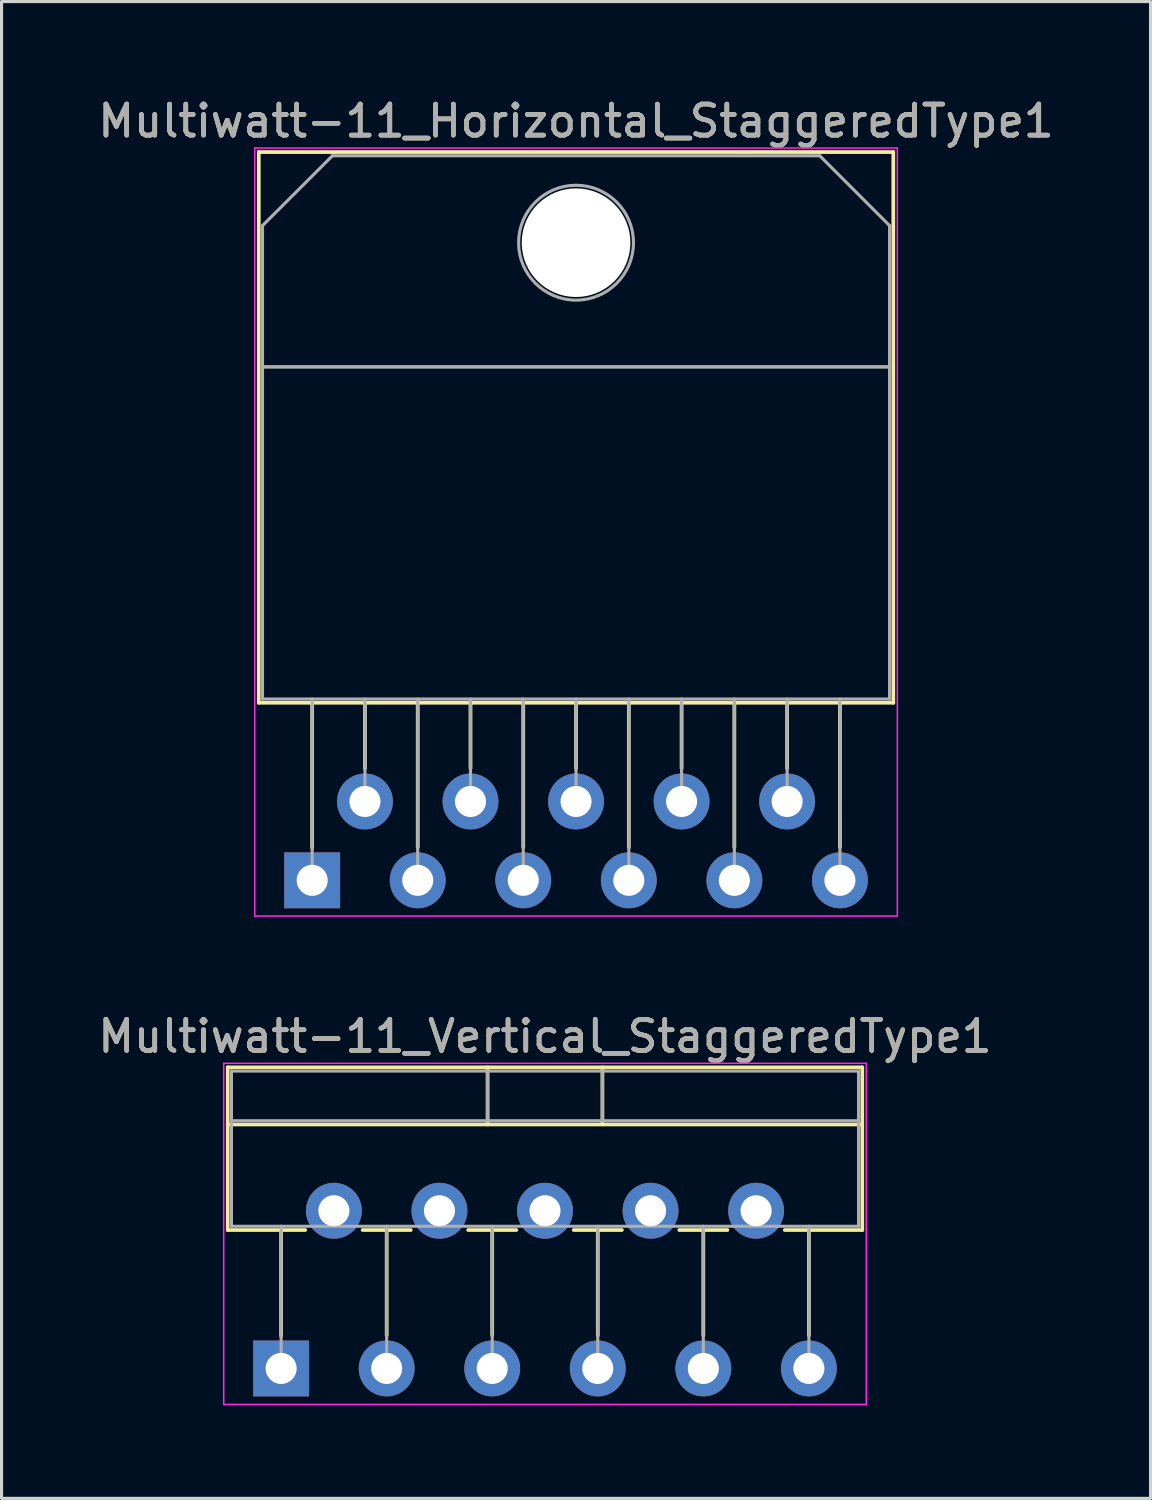
<source format=kicad_pcb>
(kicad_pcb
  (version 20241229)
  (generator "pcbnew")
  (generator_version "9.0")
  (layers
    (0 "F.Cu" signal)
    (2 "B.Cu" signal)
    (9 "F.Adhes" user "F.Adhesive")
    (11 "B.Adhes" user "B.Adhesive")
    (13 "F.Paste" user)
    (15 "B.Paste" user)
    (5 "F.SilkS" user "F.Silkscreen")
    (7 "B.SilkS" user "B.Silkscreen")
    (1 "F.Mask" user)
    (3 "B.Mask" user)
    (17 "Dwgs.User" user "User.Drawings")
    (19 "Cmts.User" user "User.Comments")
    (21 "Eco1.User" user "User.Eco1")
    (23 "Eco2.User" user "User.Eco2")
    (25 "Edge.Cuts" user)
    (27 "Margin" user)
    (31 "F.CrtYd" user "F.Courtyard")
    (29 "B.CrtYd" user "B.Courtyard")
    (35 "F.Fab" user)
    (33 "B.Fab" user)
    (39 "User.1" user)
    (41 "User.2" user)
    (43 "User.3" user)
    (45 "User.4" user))
  (footprint "Multiwatt-11_Horizontal_StaggeredType1"
    (layer "F.Cu")
    (at 7.006 25.308)
    (property "Reference" "Multiwatt-11_Horizontal_StaggeredType1" (at 8.5 -24.46 0) (layer "F.SilkS") (effects (font (size 1 1) (thickness 0.15))))
    (attr through_hole)
    (fp_line (start -1.72 -23.46) (end -1.72 -5.72) (stroke (width 0.12) (type solid)) (layer "F.SilkS"))
    (fp_line (start -1.72 -23.46) (end 18.72 -23.46) (stroke (width 0.12) (type solid)) (layer "F.SilkS"))
    (fp_line (start -1.72 -5.72) (end 18.72 -5.72) (stroke (width 0.12) (type solid)) (layer "F.SilkS"))
    (fp_line (start 0 -5.72) (end 0 -1.05) (stroke (width 0.12) (type solid)) (layer "F.SilkS"))
    (fp_line (start 1.7 -5.72) (end 1.7 -3.606) (stroke (width 0.12) (type solid)) (layer "F.SilkS"))
    (fp_line (start 3.4 -5.72) (end 3.4 -1.065) (stroke (width 0.12) (type solid)) (layer "F.SilkS"))
    (fp_line (start 5.1 -5.72) (end 5.1 -3.606) (stroke (width 0.12) (type solid)) (layer "F.SilkS"))
    (fp_line (start 6.8 -5.72) (end 6.8 -1.065) (stroke (width 0.12) (type solid)) (layer "F.SilkS"))
    (fp_line (start 8.5 -5.72) (end 8.5 -3.606) (stroke (width 0.12) (type solid)) (layer "F.SilkS"))
    (fp_line (start 10.2 -5.72) (end 10.2 -1.065) (stroke (width 0.12) (type solid)) (layer "F.SilkS"))
    (fp_line (start 11.9 -5.72) (end 11.9 -3.606) (stroke (width 0.12) (type solid)) (layer "F.SilkS"))
    (fp_line (start 13.6 -5.72) (end 13.6 -1.065) (stroke (width 0.12) (type solid)) (layer "F.SilkS"))
    (fp_line (start 15.3 -5.72) (end 15.3 -3.606) (stroke (width 0.12) (type solid)) (layer "F.SilkS"))
    (fp_line (start 17 -5.72) (end 17 -1.065) (stroke (width 0.12) (type solid)) (layer "F.SilkS"))
    (fp_line (start 18.72 -23.46) (end 18.72 -5.72) (stroke (width 0.12) (type solid)) (layer "F.SilkS"))
    (fp_line (start -1.85 -23.59) (end -1.85 1.15) (stroke (width 0.05) (type solid)) (layer "F.CrtYd"))
    (fp_line (start -1.85 1.15) (end 18.85 1.15) (stroke (width 0.05) (type solid)) (layer "F.CrtYd"))
    (fp_line (start 18.85 -23.59) (end -1.85 -23.59) (stroke (width 0.05) (type solid)) (layer "F.CrtYd"))
    (fp_line (start 18.85 1.15) (end 18.85 -23.59) (stroke (width 0.05) (type solid)) (layer "F.CrtYd"))
    (fp_line (start -1.6 -21.09) (end 0.651 -23.34) (stroke (width 0.1) (type solid)) (layer "F.Fab"))
    (fp_line (start -1.6 -16.54) (end -1.6 -21.09) (stroke (width 0.1) (type solid)) (layer "F.Fab"))
    (fp_line (start -1.6 -16.54) (end 18.6 -16.54) (stroke (width 0.1) (type solid)) (layer "F.Fab"))
    (fp_line (start -1.6 -5.84) (end -1.6 -16.54) (stroke (width 0.1) (type solid)) (layer "F.Fab"))
    (fp_line (start 0 -5.84) (end 0 0) (stroke (width 0.1) (type solid)) (layer "F.Fab"))
    (fp_line (start 0.651 -23.34) (end 16.351 -23.34) (stroke (width 0.1) (type solid)) (layer "F.Fab"))
    (fp_line (start 1.7 -5.84) (end 1.7 -2.54) (stroke (width 0.1) (type solid)) (layer "F.Fab"))
    (fp_line (start 3.4 -5.84) (end 3.4 0) (stroke (width 0.1) (type solid)) (layer "F.Fab"))
    (fp_line (start 5.1 -5.84) (end 5.1 -2.54) (stroke (width 0.1) (type solid)) (layer "F.Fab"))
    (fp_line (start 6.8 -5.84) (end 6.8 0) (stroke (width 0.1) (type solid)) (layer "F.Fab"))
    (fp_line (start 8.5 -5.84) (end 8.5 -2.54) (stroke (width 0.1) (type solid)) (layer "F.Fab"))
    (fp_line (start 10.2 -5.84) (end 10.2 0) (stroke (width 0.1) (type solid)) (layer "F.Fab"))
    (fp_line (start 11.9 -5.84) (end 11.9 -2.54) (stroke (width 0.1) (type solid)) (layer "F.Fab"))
    (fp_line (start 13.6 -5.84) (end 13.6 0) (stroke (width 0.1) (type solid)) (layer "F.Fab"))
    (fp_line (start 15.3 -5.84) (end 15.3 -2.54) (stroke (width 0.1) (type solid)) (layer "F.Fab"))
    (fp_line (start 16.351 -23.34) (end 18.6 -21.09) (stroke (width 0.1) (type solid)) (layer "F.Fab"))
    (fp_line (start 17 -5.84) (end 17 0) (stroke (width 0.1) (type solid)) (layer "F.Fab"))
    (fp_line (start 18.6 -21.09) (end 18.6 -16.54) (stroke (width 0.1) (type solid)) (layer "F.Fab"))
    (fp_line (start 18.6 -16.54) (end -1.6 -16.54) (stroke (width 0.1) (type solid)) (layer "F.Fab"))
    (fp_line (start 18.6 -16.54) (end 18.6 -5.84) (stroke (width 0.1) (type solid)) (layer "F.Fab"))
    (fp_line (start 18.6 -5.84) (end -1.6 -5.84) (stroke (width 0.1) (type solid)) (layer "F.Fab"))
    (fp_circle (center 8.5 -20.54) (end 10.35 -20.54) (stroke (width 0.1) (type solid)) (fill no) (layer "F.Fab"))
    (fp_text user "${REFERENCE}" (at 8.5 -24.46 0) (layer "F.Fab") (effects (font (size 1 1) (thickness 0.15))))
    (pad "" np_thru_hole oval (at 8.5 -20.54) (size 3.5 3.5) (drill 3.5) (layers "*.Cu" "*.Mask"))
    (pad "1" thru_hole rect (at 0 0) (size 1.8 1.8) (drill 1) (layers "*.Cu" "*.Mask"))
    (pad "2" thru_hole oval (at 1.7 -2.54) (size 1.8 1.8) (drill 1) (layers "*.Cu" "*.Mask"))
    (pad "3" thru_hole oval (at 3.4 0) (size 1.8 1.8) (drill 1) (layers "*.Cu" "*.Mask"))
    (pad "4" thru_hole oval (at 5.1 -2.54) (size 1.8 1.8) (drill 1) (layers "*.Cu" "*.Mask"))
    (pad "5" thru_hole oval (at 6.8 0) (size 1.8 1.8) (drill 1) (layers "*.Cu" "*.Mask"))
    (pad "6" thru_hole oval (at 8.5 -2.54) (size 1.8 1.8) (drill 1) (layers "*.Cu" "*.Mask"))
    (pad "7" thru_hole oval (at 10.2 0) (size 1.8 1.8) (drill 1) (layers "*.Cu" "*.Mask"))
    (pad "8" thru_hole oval (at 11.9 -2.54) (size 1.8 1.8) (drill 1) (layers "*.Cu" "*.Mask"))
    (pad "9" thru_hole oval (at 13.6 0) (size 1.8 1.8) (drill 1) (layers "*.Cu" "*.Mask"))
    (pad "10" thru_hole oval (at 15.3 -2.54) (size 1.8 1.8) (drill 1) (layers "*.Cu" "*.Mask"))
    (pad "11" thru_hole oval (at 17 0) (size 1.8 1.8) (drill 1) (layers "*.Cu" "*.Mask")))
  (footprint "Multiwatt-11_Vertical_StaggeredType1"
    (layer "F.Cu")
    (at 6.006 41.032)
    (property "Reference" "Multiwatt-11_Vertical_StaggeredType1" (at 8.5 -10.7 0) (layer "F.SilkS") (effects (font (size 1 1) (thickness 0.15))))
    (attr through_hole)
    (fp_line (start -1.72 -9.7) (end -1.72 -4.459) (stroke (width 0.12) (type solid)) (layer "F.SilkS"))
    (fp_line (start -1.72 -9.7) (end 18.72 -9.7) (stroke (width 0.12) (type solid)) (layer "F.SilkS"))
    (fp_line (start -1.72 -7.86) (end 18.72 -7.86) (stroke (width 0.12) (type solid)) (layer "F.SilkS"))
    (fp_line (start -1.72 -4.459) (end 0.776 -4.459) (stroke (width 0.12) (type solid)) (layer "F.SilkS"))
    (fp_line (start 0 -4.459) (end 0 -1.05) (stroke (width 0.12) (type solid)) (layer "F.SilkS"))
    (fp_line (start 2.625 -4.459) (end 4.176 -4.459) (stroke (width 0.12) (type solid)) (layer "F.SilkS"))
    (fp_line (start 3.4 -4.459) (end 3.4 -1.065) (stroke (width 0.12) (type solid)) (layer "F.SilkS"))
    (fp_line (start 6.025 -4.459) (end 7.576 -4.459) (stroke (width 0.12) (type solid)) (layer "F.SilkS"))
    (fp_line (start 6.65 -9.7) (end 6.65 -7.86) (stroke (width 0.12) (type solid)) (layer "F.SilkS"))
    (fp_line (start 6.8 -4.459) (end 6.8 -1.065) (stroke (width 0.12) (type solid)) (layer "F.SilkS"))
    (fp_line (start 9.425 -4.459) (end 10.976 -4.459) (stroke (width 0.12) (type solid)) (layer "F.SilkS"))
    (fp_line (start 10.2 -4.459) (end 10.2 -1.065) (stroke (width 0.12) (type solid)) (layer "F.SilkS"))
    (fp_line (start 10.35 -9.7) (end 10.35 -7.86) (stroke (width 0.12) (type solid)) (layer "F.SilkS"))
    (fp_line (start 12.825 -4.459) (end 14.376 -4.459) (stroke (width 0.12) (type solid)) (layer "F.SilkS"))
    (fp_line (start 13.6 -4.459) (end 13.6 -1.065) (stroke (width 0.12) (type solid)) (layer "F.SilkS"))
    (fp_line (start 16.225 -4.459) (end 18.72 -4.459) (stroke (width 0.12) (type solid)) (layer "F.SilkS"))
    (fp_line (start 17 -4.459) (end 17 -1.065) (stroke (width 0.12) (type solid)) (layer "F.SilkS"))
    (fp_line (start 18.72 -9.7) (end 18.72 -4.459) (stroke (width 0.12) (type solid)) (layer "F.SilkS"))
    (fp_line (start -1.85 -9.83) (end -1.85 1.16) (stroke (width 0.05) (type solid)) (layer "F.CrtYd"))
    (fp_line (start -1.85 1.16) (end 18.85 1.16) (stroke (width 0.05) (type solid)) (layer "F.CrtYd"))
    (fp_line (start 18.85 -9.83) (end -1.85 -9.83) (stroke (width 0.05) (type solid)) (layer "F.CrtYd"))
    (fp_line (start 18.85 1.16) (end 18.85 -9.83) (stroke (width 0.05) (type solid)) (layer "F.CrtYd"))
    (fp_line (start -1.6 -9.58) (end -1.6 -4.58) (stroke (width 0.1) (type solid)) (layer "F.Fab"))
    (fp_line (start -1.6 -7.98) (end 18.6 -7.98) (stroke (width 0.1) (type solid)) (layer "F.Fab"))
    (fp_line (start -1.6 -4.58) (end 18.6 -4.58) (stroke (width 0.1) (type solid)) (layer "F.Fab"))
    (fp_line (start 0 -4.58) (end 0 0) (stroke (width 0.1) (type solid)) (layer "F.Fab"))
    (fp_line (start 3.4 -4.58) (end 3.4 0) (stroke (width 0.1) (type solid)) (layer "F.Fab"))
    (fp_line (start 6.65 -9.58) (end 6.65 -7.98) (stroke (width 0.1) (type solid)) (layer "F.Fab"))
    (fp_line (start 6.8 -4.58) (end 6.8 0) (stroke (width 0.1) (type solid)) (layer "F.Fab"))
    (fp_line (start 10.2 -4.58) (end 10.2 0) (stroke (width 0.1) (type solid)) (layer "F.Fab"))
    (fp_line (start 10.35 -9.58) (end 10.35 -7.98) (stroke (width 0.1) (type solid)) (layer "F.Fab"))
    (fp_line (start 13.6 -4.58) (end 13.6 0) (stroke (width 0.1) (type solid)) (layer "F.Fab"))
    (fp_line (start 17 -4.58) (end 17 0) (stroke (width 0.1) (type solid)) (layer "F.Fab"))
    (fp_line (start 18.6 -9.58) (end -1.6 -9.58) (stroke (width 0.1) (type solid)) (layer "F.Fab"))
    (fp_line (start 18.6 -4.58) (end 18.6 -9.58) (stroke (width 0.1) (type solid)) (layer "F.Fab"))
    (fp_text user "${REFERENCE}" (at 8.5 -10.7 0) (layer "F.Fab") (effects (font (size 1 1) (thickness 0.15))))
    (pad "1" thru_hole rect (at 0 0) (size 1.8 1.8) (drill 1) (layers "*.Cu" "*.Mask"))
    (pad "2" thru_hole oval (at 1.7 -5.08) (size 1.8 1.8) (drill 1) (layers "*.Cu" "*.Mask"))
    (pad "3" thru_hole oval (at 3.4 0) (size 1.8 1.8) (drill 1) (layers "*.Cu" "*.Mask"))
    (pad "4" thru_hole oval (at 5.1 -5.08) (size 1.8 1.8) (drill 1) (layers "*.Cu" "*.Mask"))
    (pad "5" thru_hole oval (at 6.8 0) (size 1.8 1.8) (drill 1) (layers "*.Cu" "*.Mask"))
    (pad "6" thru_hole oval (at 8.5 -5.08) (size 1.8 1.8) (drill 1) (layers "*.Cu" "*.Mask"))
    (pad "7" thru_hole oval (at 10.2 0) (size 1.8 1.8) (drill 1) (layers "*.Cu" "*.Mask"))
    (pad "8" thru_hole oval (at 11.9 -5.08) (size 1.8 1.8) (drill 1) (layers "*.Cu" "*.Mask"))
    (pad "9" thru_hole oval (at 13.6 0) (size 1.8 1.8) (drill 1) (layers "*.Cu" "*.Mask"))
    (pad "10" thru_hole oval (at 15.3 -5.08) (size 1.8 1.8) (drill 1) (layers "*.Cu" "*.Mask"))
    (pad "11" thru_hole oval (at 17 0) (size 1.8 1.8) (drill 1) (layers "*.Cu" "*.Mask")))
  (gr_rect
    (start -3 -3)
    (end 34.012 45.217)
    (stroke (width 0.1) (type default))
    (fill no)
    (layer "Edge.Cuts")))
</source>
